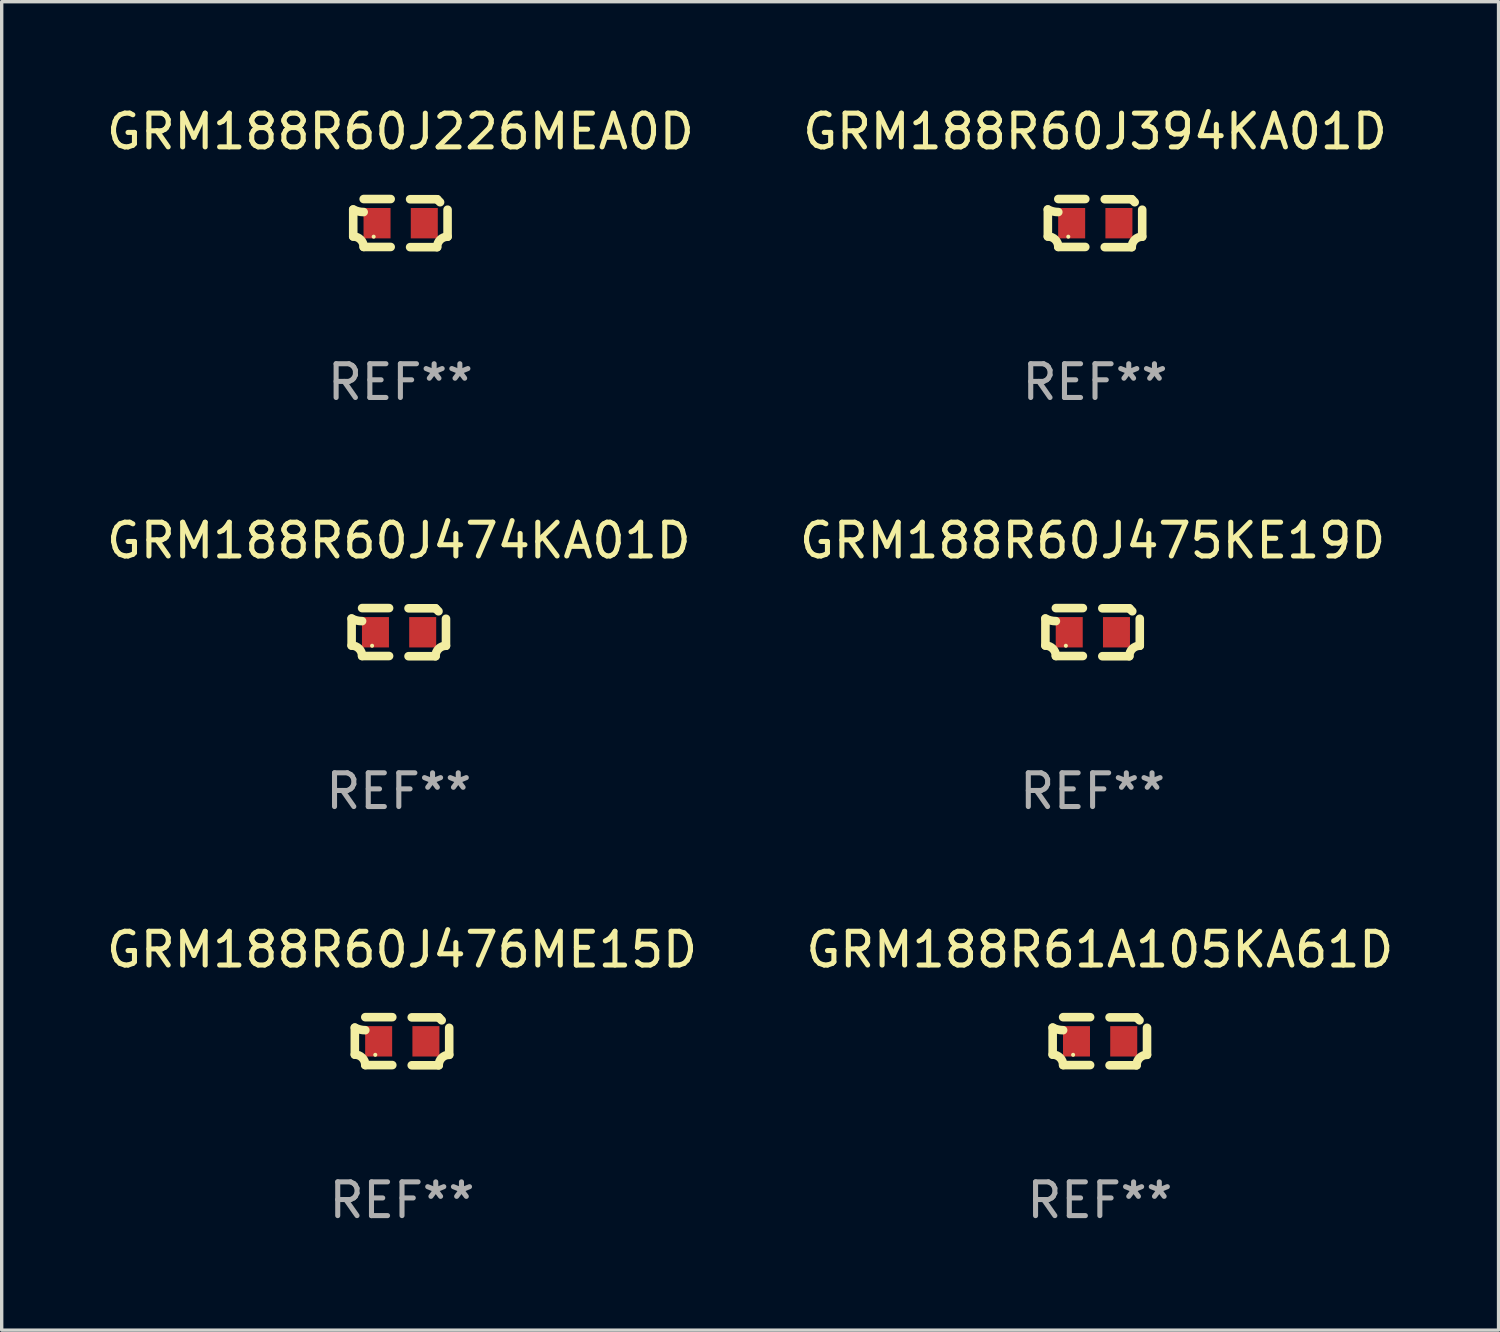
<source format=kicad_pcb>
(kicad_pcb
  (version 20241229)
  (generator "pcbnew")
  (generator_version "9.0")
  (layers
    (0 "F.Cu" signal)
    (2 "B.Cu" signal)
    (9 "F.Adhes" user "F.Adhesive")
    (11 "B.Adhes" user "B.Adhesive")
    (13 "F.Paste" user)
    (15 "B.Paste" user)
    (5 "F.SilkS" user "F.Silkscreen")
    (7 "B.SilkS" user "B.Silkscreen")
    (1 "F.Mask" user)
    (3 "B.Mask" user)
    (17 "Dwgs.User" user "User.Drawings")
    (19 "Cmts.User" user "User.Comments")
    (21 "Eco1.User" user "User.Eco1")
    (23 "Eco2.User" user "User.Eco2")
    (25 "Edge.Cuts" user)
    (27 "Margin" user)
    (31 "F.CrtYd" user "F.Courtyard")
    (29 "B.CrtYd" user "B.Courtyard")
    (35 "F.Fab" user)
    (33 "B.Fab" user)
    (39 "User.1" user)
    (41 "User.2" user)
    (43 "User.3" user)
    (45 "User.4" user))
  (footprint "GRM188R60J394KA01D"
    (layer "F.Cu")
    (at 29.399 3.561)
    (property "Reference" "GRM188R60J394KA01D" (at 0 -2.713 0) (layer "F.SilkS") (effects (font (size 1 1) (thickness 0.15))))
    (attr through_hole)
    (fp_line (start -1.398 -0.403) (end -1.398 0.397) (stroke (width 0.254) (type solid)) (layer "F.SilkS"))
    (fp_line (start -0.288 -0.713) (end -1.088 -0.713) (stroke (width 0.254) (type solid)) (layer "F.SilkS"))
    (fp_line (start -0.288 0.707) (end -1.088 0.707) (stroke (width 0.254) (type solid)) (layer "F.SilkS"))
    (fp_line (start 0.288 -0.707) (end 1.088 -0.707) (stroke (width 0.254) (type solid)) (layer "F.SilkS"))
    (fp_line (start 0.288 0.713) (end 1.088 0.713) (stroke (width 0.254) (type solid)) (layer "F.SilkS"))
    (fp_line (start 1.398 -0.397) (end 1.398 0.403) (stroke (width 0.254) (type solid)) (layer "F.SilkS"))
    (fp_arc (start -1.397789 0.397066) (mid -1.178701 0.487826) (end -1.08796 0.706922) (stroke (width 0.254001) (type solid)) (layer "F.SilkS"))
    (fp_arc (start -1.08796 -0.327176) (mid -1.247436 -0.346384) (end -1.39779 -0.402908) (stroke (width 0.254001) (type solid)) (layer "F.SilkS"))
    (fp_arc (start 1.087909 0.712738) (mid 1.178656 0.493655) (end 1.397739 0.402908) (stroke (width 0.254001) (type solid)) (layer "F.SilkS"))
    (fp_arc (start 1.175925 -0.618926) (mid 1.131917 -0.662923) (end 1.08791 -0.706922) (stroke (width 0.254001) (type solid)) (layer "F.SilkS"))
    (fp_circle (center -0.792 0.403) (end -0.762 0.403) (stroke (width 0.06) (type solid)) (fill no) (layer "F.SilkS"))
    (fp_text user "REF**" (at 0 4.713 0) (layer "F.Fab") (effects (font (size 1 1) (thickness 0.15))))
    (pad "1" smd rect (at -0.692 0.003) (size 0.8 0.9) (layers "F.Cu" "F.Mask" "F.Paste"))
    (pad "2" smd rect (at 0.708 0.003) (size 0.8 0.9) (layers "F.Cu" "F.Mask" "F.Paste")))
  (footprint "GRM188R61A105KA61D"
    (layer "F.Cu")
    (at 29.542 27.805)
    (property "Reference" "GRM188R61A105KA61D" (at 0 -2.713 0) (layer "F.SilkS") (effects (font (size 1 1) (thickness 0.15))))
    (attr through_hole)
    (fp_line (start -1.398 -0.403) (end -1.398 0.397) (stroke (width 0.254) (type solid)) (layer "F.SilkS"))
    (fp_line (start -0.288 -0.713) (end -1.088 -0.713) (stroke (width 0.254) (type solid)) (layer "F.SilkS"))
    (fp_line (start -0.288 0.707) (end -1.088 0.707) (stroke (width 0.254) (type solid)) (layer "F.SilkS"))
    (fp_line (start 0.288 -0.707) (end 1.088 -0.707) (stroke (width 0.254) (type solid)) (layer "F.SilkS"))
    (fp_line (start 0.288 0.713) (end 1.088 0.713) (stroke (width 0.254) (type solid)) (layer "F.SilkS"))
    (fp_line (start 1.398 -0.397) (end 1.398 0.403) (stroke (width 0.254) (type solid)) (layer "F.SilkS"))
    (fp_arc (start -1.397789 0.397066) (mid -1.178701 0.487826) (end -1.08796 0.706922) (stroke (width 0.254001) (type solid)) (layer "F.SilkS"))
    (fp_arc (start -1.08796 -0.327176) (mid -1.247436 -0.346384) (end -1.39779 -0.402908) (stroke (width 0.254001) (type solid)) (layer "F.SilkS"))
    (fp_arc (start 1.087909 0.712738) (mid 1.178656 0.493655) (end 1.397739 0.402908) (stroke (width 0.254001) (type solid)) (layer "F.SilkS"))
    (fp_arc (start 1.175925 -0.618926) (mid 1.131917 -0.662923) (end 1.08791 -0.706922) (stroke (width 0.254001) (type solid)) (layer "F.SilkS"))
    (fp_circle (center -0.792 0.403) (end -0.762 0.403) (stroke (width 0.06) (type solid)) (fill no) (layer "F.SilkS"))
    (fp_text user "REF**" (at 0 4.713 0) (layer "F.Fab") (effects (font (size 1 1) (thickness 0.15))))
    (pad "1" smd rect (at -0.692 0.003) (size 0.8 0.9) (layers "F.Cu" "F.Mask" "F.Paste"))
    (pad "2" smd rect (at 0.708 0.003) (size 0.8 0.9) (layers "F.Cu" "F.Mask" "F.Paste")))
  (footprint "GRM188R60J226MEA0D"
    (layer "F.Cu")
    (at 8.815 3.561)
    (property "Reference" "GRM188R60J226MEA0D" (at 0 -2.713 0) (layer "F.SilkS") (effects (font (size 1 1) (thickness 0.15))))
    (attr through_hole)
    (fp_line (start -1.398 -0.403) (end -1.398 0.397) (stroke (width 0.254) (type solid)) (layer "F.SilkS"))
    (fp_line (start -0.288 -0.713) (end -1.088 -0.713) (stroke (width 0.254) (type solid)) (layer "F.SilkS"))
    (fp_line (start -0.288 0.707) (end -1.088 0.707) (stroke (width 0.254) (type solid)) (layer "F.SilkS"))
    (fp_line (start 0.288 -0.707) (end 1.088 -0.707) (stroke (width 0.254) (type solid)) (layer "F.SilkS"))
    (fp_line (start 0.288 0.713) (end 1.088 0.713) (stroke (width 0.254) (type solid)) (layer "F.SilkS"))
    (fp_line (start 1.398 -0.397) (end 1.398 0.403) (stroke (width 0.254) (type solid)) (layer "F.SilkS"))
    (fp_arc (start -1.397789 0.397066) (mid -1.178701 0.487826) (end -1.08796 0.706922) (stroke (width 0.254001) (type solid)) (layer "F.SilkS"))
    (fp_arc (start -1.08796 -0.327176) (mid -1.247436 -0.346384) (end -1.39779 -0.402908) (stroke (width 0.254001) (type solid)) (layer "F.SilkS"))
    (fp_arc (start 1.087909 0.712738) (mid 1.178656 0.493655) (end 1.397739 0.402908) (stroke (width 0.254001) (type solid)) (layer "F.SilkS"))
    (fp_arc (start 1.175925 -0.618926) (mid 1.131917 -0.662923) (end 1.08791 -0.706922) (stroke (width 0.254001) (type solid)) (layer "F.SilkS"))
    (fp_circle (center -0.792 0.403) (end -0.762 0.403) (stroke (width 0.06) (type solid)) (fill no) (layer "F.SilkS"))
    (fp_text user "REF**" (at 0 4.713 0) (layer "F.Fab") (effects (font (size 1 1) (thickness 0.15))))
    (pad "1" smd rect (at -0.692 0.003) (size 0.8 0.9) (layers "F.Cu" "F.Mask" "F.Paste"))
    (pad "2" smd rect (at 0.708 0.003) (size 0.8 0.9) (layers "F.Cu" "F.Mask" "F.Paste")))
  (footprint "GRM188R60J475KE19D"
    (layer "F.Cu")
    (at 29.327 15.683)
    (property "Reference" "GRM188R60J475KE19D" (at 0 -2.713 0) (layer "F.SilkS") (effects (font (size 1 1) (thickness 0.15))))
    (attr through_hole)
    (fp_line (start -1.398 -0.403) (end -1.398 0.397) (stroke (width 0.254) (type solid)) (layer "F.SilkS"))
    (fp_line (start -0.288 -0.713) (end -1.088 -0.713) (stroke (width 0.254) (type solid)) (layer "F.SilkS"))
    (fp_line (start -0.288 0.707) (end -1.088 0.707) (stroke (width 0.254) (type solid)) (layer "F.SilkS"))
    (fp_line (start 0.288 -0.707) (end 1.088 -0.707) (stroke (width 0.254) (type solid)) (layer "F.SilkS"))
    (fp_line (start 0.288 0.713) (end 1.088 0.713) (stroke (width 0.254) (type solid)) (layer "F.SilkS"))
    (fp_line (start 1.398 -0.397) (end 1.398 0.403) (stroke (width 0.254) (type solid)) (layer "F.SilkS"))
    (fp_arc (start -1.397789 0.397066) (mid -1.178701 0.487826) (end -1.08796 0.706922) (stroke (width 0.254001) (type solid)) (layer "F.SilkS"))
    (fp_arc (start -1.08796 -0.327176) (mid -1.247436 -0.346384) (end -1.39779 -0.402908) (stroke (width 0.254001) (type solid)) (layer "F.SilkS"))
    (fp_arc (start 1.087909 0.712738) (mid 1.178656 0.493655) (end 1.397739 0.402908) (stroke (width 0.254001) (type solid)) (layer "F.SilkS"))
    (fp_arc (start 1.175925 -0.618926) (mid 1.131917 -0.662923) (end 1.08791 -0.706922) (stroke (width 0.254001) (type solid)) (layer "F.SilkS"))
    (fp_circle (center -0.792 0.403) (end -0.762 0.403) (stroke (width 0.06) (type solid)) (fill no) (layer "F.SilkS"))
    (fp_text user "REF**" (at 0 4.713 0) (layer "F.Fab") (effects (font (size 1 1) (thickness 0.15))))
    (pad "1" smd rect (at -0.692 0.003) (size 0.8 0.9) (layers "F.Cu" "F.Mask" "F.Paste"))
    (pad "2" smd rect (at 0.708 0.003) (size 0.8 0.9) (layers "F.Cu" "F.Mask" "F.Paste")))
  (footprint "GRM188R60J476ME15D"
    (layer "F.Cu")
    (at 8.863 27.805)
    (property "Reference" "GRM188R60J476ME15D" (at 0 -2.713 0) (layer "F.SilkS") (effects (font (size 1 1) (thickness 0.15))))
    (attr through_hole)
    (fp_line (start -1.398 -0.403) (end -1.398 0.397) (stroke (width 0.254) (type solid)) (layer "F.SilkS"))
    (fp_line (start -0.288 -0.713) (end -1.088 -0.713) (stroke (width 0.254) (type solid)) (layer "F.SilkS"))
    (fp_line (start -0.288 0.707) (end -1.088 0.707) (stroke (width 0.254) (type solid)) (layer "F.SilkS"))
    (fp_line (start 0.288 -0.707) (end 1.088 -0.707) (stroke (width 0.254) (type solid)) (layer "F.SilkS"))
    (fp_line (start 0.288 0.713) (end 1.088 0.713) (stroke (width 0.254) (type solid)) (layer "F.SilkS"))
    (fp_line (start 1.398 -0.397) (end 1.398 0.403) (stroke (width 0.254) (type solid)) (layer "F.SilkS"))
    (fp_arc (start -1.397789 0.397066) (mid -1.178701 0.487826) (end -1.08796 0.706922) (stroke (width 0.254001) (type solid)) (layer "F.SilkS"))
    (fp_arc (start -1.08796 -0.327176) (mid -1.247436 -0.346384) (end -1.39779 -0.402908) (stroke (width 0.254001) (type solid)) (layer "F.SilkS"))
    (fp_arc (start 1.087909 0.712738) (mid 1.178656 0.493655) (end 1.397739 0.402908) (stroke (width 0.254001) (type solid)) (layer "F.SilkS"))
    (fp_arc (start 1.175925 -0.618926) (mid 1.131917 -0.662923) (end 1.08791 -0.706922) (stroke (width 0.254001) (type solid)) (layer "F.SilkS"))
    (fp_circle (center -0.792 0.403) (end -0.762 0.403) (stroke (width 0.06) (type solid)) (fill no) (layer "F.SilkS"))
    (fp_text user "REF**" (at 0 4.713 0) (layer "F.Fab") (effects (font (size 1 1) (thickness 0.15))))
    (pad "1" smd rect (at -0.692 0.003) (size 0.8 0.9) (layers "F.Cu" "F.Mask" "F.Paste"))
    (pad "2" smd rect (at 0.708 0.003) (size 0.8 0.9) (layers "F.Cu" "F.Mask" "F.Paste")))
  (footprint "GRM188R60J474KA01D"
    (layer "F.Cu")
    (at 8.768 15.683)
    (property "Reference" "GRM188R60J474KA01D" (at 0 -2.713 0) (layer "F.SilkS") (effects (font (size 1 1) (thickness 0.15))))
    (attr through_hole)
    (fp_line (start -1.398 -0.403) (end -1.398 0.397) (stroke (width 0.254) (type solid)) (layer "F.SilkS"))
    (fp_line (start -0.288 -0.713) (end -1.088 -0.713) (stroke (width 0.254) (type solid)) (layer "F.SilkS"))
    (fp_line (start -0.288 0.707) (end -1.088 0.707) (stroke (width 0.254) (type solid)) (layer "F.SilkS"))
    (fp_line (start 0.288 -0.707) (end 1.088 -0.707) (stroke (width 0.254) (type solid)) (layer "F.SilkS"))
    (fp_line (start 0.288 0.713) (end 1.088 0.713) (stroke (width 0.254) (type solid)) (layer "F.SilkS"))
    (fp_line (start 1.398 -0.397) (end 1.398 0.403) (stroke (width 0.254) (type solid)) (layer "F.SilkS"))
    (fp_arc (start -1.397789 0.397066) (mid -1.178701 0.487826) (end -1.08796 0.706922) (stroke (width 0.254001) (type solid)) (layer "F.SilkS"))
    (fp_arc (start -1.08796 -0.327176) (mid -1.247436 -0.346384) (end -1.39779 -0.402908) (stroke (width 0.254001) (type solid)) (layer "F.SilkS"))
    (fp_arc (start 1.087909 0.712738) (mid 1.178656 0.493655) (end 1.397739 0.402908) (stroke (width 0.254001) (type solid)) (layer "F.SilkS"))
    (fp_arc (start 1.175925 -0.618926) (mid 1.131917 -0.662923) (end 1.08791 -0.706922) (stroke (width 0.254001) (type solid)) (layer "F.SilkS"))
    (fp_circle (center -0.792 0.403) (end -0.762 0.403) (stroke (width 0.06) (type solid)) (fill no) (layer "F.SilkS"))
    (fp_text user "REF**" (at 0 4.713 0) (layer "F.Fab") (effects (font (size 1 1) (thickness 0.15))))
    (pad "1" smd rect (at -0.692 0.003) (size 0.8 0.9) (layers "F.Cu" "F.Mask" "F.Paste"))
    (pad "2" smd rect (at 0.708 0.003) (size 0.8 0.9) (layers "F.Cu" "F.Mask" "F.Paste")))
  (gr_rect
    (start -3 -3)
    (end 41.357 36.366)
    (stroke (width 0.1) (type default))
    (fill no)
    (layer "Edge.Cuts")))
</source>
